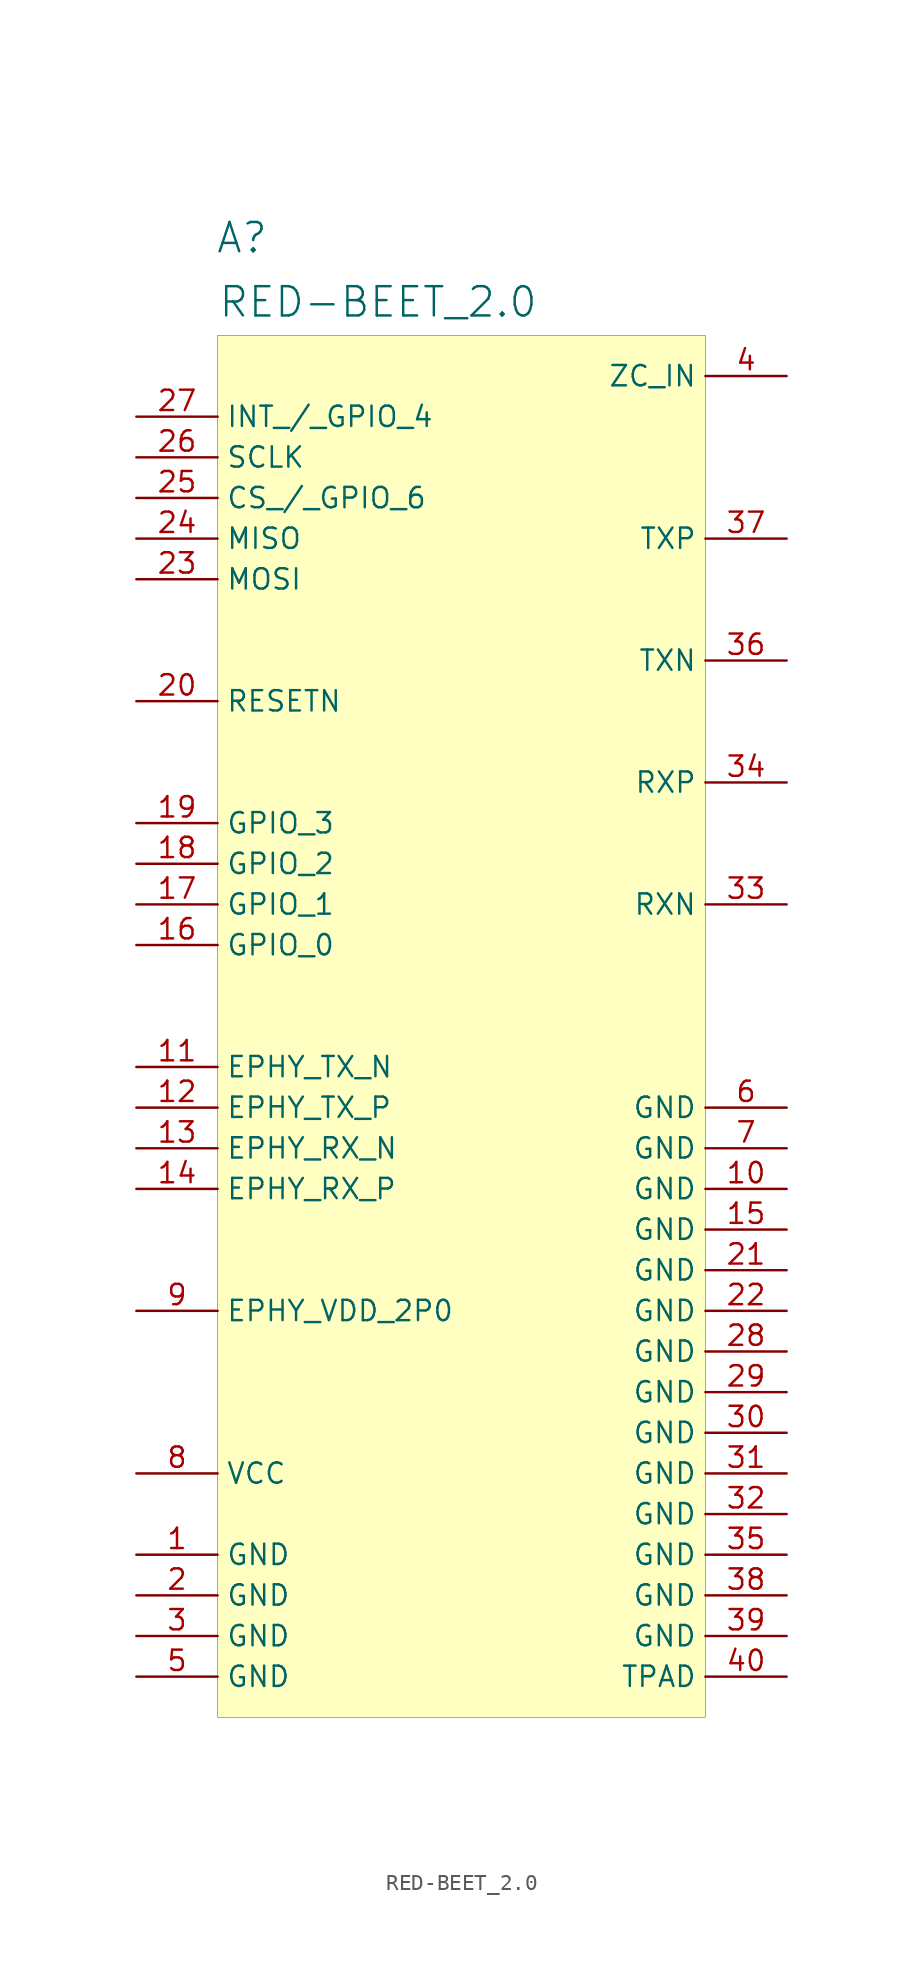
<source format=kicad_sym>
(kicad_symbol_lib
  (version 20231120)
  (generator "kicad_symbol_editor")
  (generator_version "8.0")
  (symbol "RED-BEET_2.0"
    (property "Reference" "A"
      (at 6.604 6.096 0)
      (effects (font (size 1.829 1.829))))
    (property "Value" "RED-BEET_2.0"
      (at 5.08 1.016 0)
      (effects (font (size 1.829 1.829)) (justify left bottom)))
    (symbol "RED-BEET_2.0_1_0"
      (rectangle (start 35.56 0) (end 5.08 -86.36) (stroke (width 0.025) (type solid) (color 128 0 0 1)) (fill (type background)))
      (pin passive line (at 0 -76.2 0) (length 5.08) (name "GND" (effects (font (size 1.27 1.27)))) (number "1" (effects (font (size 1.27 1.27)))))
      (pin passive line (at 40.64 -53.34 180) (length 5.08) (name "GND" (effects (font (size 1.27 1.27)))) (number "10" (effects (font (size 1.27 1.27)))))
      (pin output line (at 0 -45.72 0) (length 5.08) (name "EPHY_TX_N" (effects (font (size 1.27 1.27)))) (number "11" (effects (font (size 1.27 1.27)))))
      (pin output line (at 0 -48.26 0) (length 5.08) (name "EPHY_TX_P" (effects (font (size 1.27 1.27)))) (number "12" (effects (font (size 1.27 1.27)))))
      (pin input line (at 0 -50.8 0) (length 5.08) (name "EPHY_RX_N" (effects (font (size 1.27 1.27)))) (number "13" (effects (font (size 1.27 1.27)))))
      (pin input line (at 0 -53.34 0) (length 5.08) (name "EPHY_RX_P" (effects (font (size 1.27 1.27)))) (number "14" (effects (font (size 1.27 1.27)))))
      (pin passive line (at 40.64 -55.88 180) (length 5.08) (name "GND" (effects (font (size 1.27 1.27)))) (number "15" (effects (font (size 1.27 1.27)))))
      (pin bidirectional line (at 0 -38.1 0) (length 5.08) (name "GPIO_0" (effects (font (size 1.27 1.27)))) (number "16" (effects (font (size 1.27 1.27)))))
      (pin bidirectional line (at 0 -35.56 0) (length 5.08) (name "GPIO_1" (effects (font (size 1.27 1.27)))) (number "17" (effects (font (size 1.27 1.27)))))
      (pin bidirectional line (at 0 -33.02 0) (length 5.08) (name "GPIO_2" (effects (font (size 1.27 1.27)))) (number "18" (effects (font (size 1.27 1.27)))))
      (pin bidirectional line (at 0 -30.48 0) (length 5.08) (name "GPIO_3" (effects (font (size 1.27 1.27)))) (number "19" (effects (font (size 1.27 1.27)))))
      (pin passive line (at 0 -78.74 0) (length 5.08) (name "GND" (effects (font (size 1.27 1.27)))) (number "2" (effects (font (size 1.27 1.27)))))
      (pin input line (at 0 -22.86 0) (length 5.08) (name "RESETN" (effects (font (size 1.27 1.27)))) (number "20" (effects (font (size 1.27 1.27)))))
      (pin passive line (at 40.64 -58.42 180) (length 5.08) (name "GND" (effects (font (size 1.27 1.27)))) (number "21" (effects (font (size 1.27 1.27)))))
      (pin passive line (at 40.64 -60.96 180) (length 5.08) (name "GND" (effects (font (size 1.27 1.27)))) (number "22" (effects (font (size 1.27 1.27)))))
      (pin input line (at 0 -15.24 0) (length 5.08) (name "MOSI" (effects (font (size 1.27 1.27)))) (number "23" (effects (font (size 1.27 1.27)))))
      (pin output line (at 0 -12.7 0) (length 5.08) (name "MISO" (effects (font (size 1.27 1.27)))) (number "24" (effects (font (size 1.27 1.27)))))
      (pin bidirectional line (at 0 -10.16 0) (length 5.08) (name "CS_/_GPIO_6" (effects (font (size 1.27 1.27)))) (number "25" (effects (font (size 1.27 1.27)))))
      (pin input line (at 0 -7.62 0) (length 5.08) (name "SCLK" (effects (font (size 1.27 1.27)))) (number "26" (effects (font (size 1.27 1.27)))))
      (pin bidirectional line (at 0 -5.08 0) (length 5.08) (name "INT_/_GPIO_4" (effects (font (size 1.27 1.27)))) (number "27" (effects (font (size 1.27 1.27)))))
      (pin passive line (at 40.64 -63.5 180) (length 5.08) (name "GND" (effects (font (size 1.27 1.27)))) (number "28" (effects (font (size 1.27 1.27)))))
      (pin passive line (at 40.64 -66.04 180) (length 5.08) (name "GND" (effects (font (size 1.27 1.27)))) (number "29" (effects (font (size 1.27 1.27)))))
      (pin passive line (at 0 -81.28 0) (length 5.08) (name "GND" (effects (font (size 1.27 1.27)))) (number "3" (effects (font (size 1.27 1.27)))))
      (pin passive line (at 40.64 -68.58 180) (length 5.08) (name "GND" (effects (font (size 1.27 1.27)))) (number "30" (effects (font (size 1.27 1.27)))))
      (pin passive line (at 40.64 -71.12 180) (length 5.08) (name "GND" (effects (font (size 1.27 1.27)))) (number "31" (effects (font (size 1.27 1.27)))))
      (pin passive line (at 40.64 -73.66 180) (length 5.08) (name "GND" (effects (font (size 1.27 1.27)))) (number "32" (effects (font (size 1.27 1.27)))))
      (pin input line (at 40.64 -35.56 180) (length 5.08) (name "RXN" (effects (font (size 1.27 1.27)))) (number "33" (effects (font (size 1.27 1.27)))))
      (pin input line (at 40.64 -27.94 180) (length 5.08) (name "RXP" (effects (font (size 1.27 1.27)))) (number "34" (effects (font (size 1.27 1.27)))))
      (pin passive line (at 40.64 -76.2 180) (length 5.08) (name "GND" (effects (font (size 1.27 1.27)))) (number "35" (effects (font (size 1.27 1.27)))))
      (pin output line (at 40.64 -20.32 180) (length 5.08) (name "TXN" (effects (font (size 1.27 1.27)))) (number "36" (effects (font (size 1.27 1.27)))))
      (pin output line (at 40.64 -12.7 180) (length 5.08) (name "TXP" (effects (font (size 1.27 1.27)))) (number "37" (effects (font (size 1.27 1.27)))))
      (pin passive line (at 40.64 -78.74 180) (length 5.08) (name "GND" (effects (font (size 1.27 1.27)))) (number "38" (effects (font (size 1.27 1.27)))))
      (pin passive line (at 40.64 -81.28 180) (length 5.08) (name "GND" (effects (font (size 1.27 1.27)))) (number "39" (effects (font (size 1.27 1.27)))))
      (pin input line (at 40.64 -2.54 180) (length 5.08) (name "ZC_IN" (effects (font (size 1.27 1.27)))) (number "4" (effects (font (size 1.27 1.27)))))
      (pin passive line (at 40.64 -83.82 180) (length 5.08) (name "TPAD" (effects (font (size 1.27 1.27)))) (number "40" (effects (font (size 1.27 1.27)))))
      (pin passive line (at 0 -83.82 0) (length 5.08) (name "GND" (effects (font (size 1.27 1.27)))) (number "5" (effects (font (size 1.27 1.27)))))
      (pin passive line (at 40.64 -48.26 180) (length 5.08) (name "GND" (effects (font (size 1.27 1.27)))) (number "6" (effects (font (size 1.27 1.27)))))
      (pin passive line (at 40.64 -50.8 180) (length 5.08) (name "GND" (effects (font (size 1.27 1.27)))) (number "7" (effects (font (size 1.27 1.27)))))
      (pin passive line (at 0 -71.12 0) (length 5.08) (name "VCC" (effects (font (size 1.27 1.27)))) (number "8" (effects (font (size 1.27 1.27)))))
      (pin passive line (at 0 -60.96 0) (length 5.08) (name "EPHY_VDD_2P0" (effects (font (size 1.27 1.27)))) (number "9" (effects (font (size 1.27 1.27))))))))
</source>
